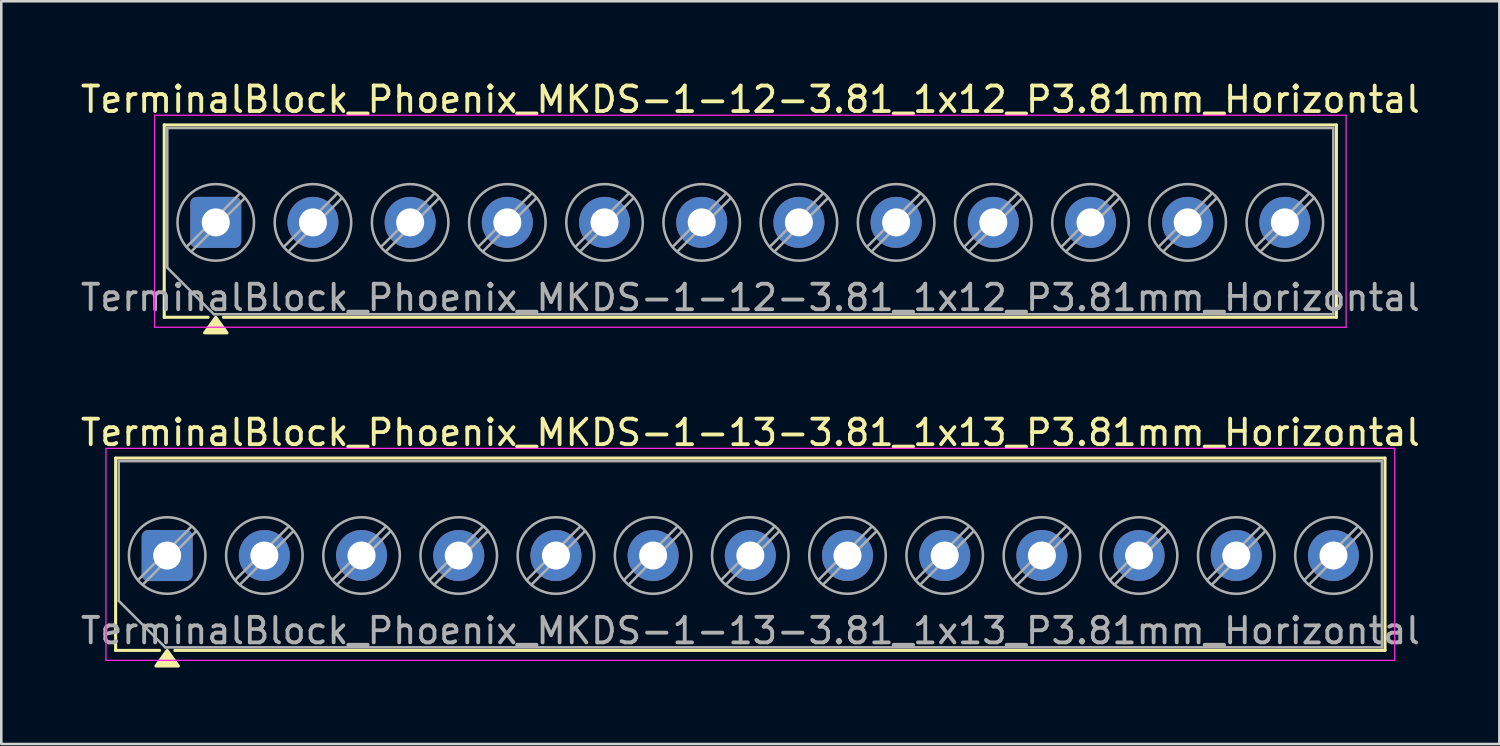
<source format=kicad_pcb>
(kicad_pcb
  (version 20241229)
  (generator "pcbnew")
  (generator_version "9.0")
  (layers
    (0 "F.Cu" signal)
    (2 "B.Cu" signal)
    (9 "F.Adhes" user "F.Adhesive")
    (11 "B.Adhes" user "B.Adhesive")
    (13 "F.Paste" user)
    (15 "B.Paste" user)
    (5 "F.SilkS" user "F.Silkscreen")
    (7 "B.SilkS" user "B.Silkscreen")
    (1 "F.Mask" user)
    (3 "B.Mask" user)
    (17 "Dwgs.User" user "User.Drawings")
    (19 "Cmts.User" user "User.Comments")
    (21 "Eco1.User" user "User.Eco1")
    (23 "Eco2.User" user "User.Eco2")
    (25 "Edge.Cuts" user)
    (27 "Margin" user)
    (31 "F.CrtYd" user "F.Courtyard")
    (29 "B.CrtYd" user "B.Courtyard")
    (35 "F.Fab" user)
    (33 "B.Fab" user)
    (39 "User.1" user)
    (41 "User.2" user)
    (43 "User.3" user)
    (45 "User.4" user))
  (footprint "TerminalBlock_Phoenix_MKDS-1-13-3.81_1x13_P3.81mm_Horizontal"
    (layer "F.Cu")
    (at 3.503 18.727)
    (property "Reference" "TerminalBlock_Phoenix_MKDS-1-13-3.81_1x13_P3.81mm_Horizontal" (at 22.86 -4.82 0) (layer "F.SilkS") (effects (font (size 1 1) (thickness 0.15))))
    (attr through_hole)
    (fp_line (start -2.02 -3.82) (end 47.74 -3.82) (stroke (width 0.12) (type solid)) (layer "F.SilkS"))
    (fp_line (start -2.02 3.72) (end -2.02 -3.82) (stroke (width 0.12) (type solid)) (layer "F.SilkS"))
    (fp_line (start -0.3 3.72) (end -2.02 3.72) (stroke (width 0.12) (type solid)) (layer "F.SilkS"))
    (fp_line (start 47.74 -3.82) (end 47.74 3.72) (stroke (width 0.12) (type solid)) (layer "F.SilkS"))
    (fp_line (start 47.74 3.72) (end 0.3 3.72) (stroke (width 0.12) (type solid)) (layer "F.SilkS"))
    (fp_poly (pts (xy 0 3.72) (xy 0.44 4.33) (xy -0.44 4.33)) (stroke (width 0.12) (type solid)) (fill yes) (layer "F.SilkS"))
    (fp_line (start -2.4 -4.2) (end -2.4 4.11) (stroke (width 0.05) (type solid)) (layer "F.CrtYd"))
    (fp_line (start -2.4 4.11) (end 48.12 4.11) (stroke (width 0.05) (type solid)) (layer "F.CrtYd"))
    (fp_line (start 48.12 -4.2) (end -2.4 -4.2) (stroke (width 0.05) (type solid)) (layer "F.CrtYd"))
    (fp_line (start 48.12 4.11) (end 48.12 -4.2) (stroke (width 0.05) (type solid)) (layer "F.CrtYd"))
    (fp_line (start -1.9 -3.7) (end 47.62 -3.7) (stroke (width 0.1) (type solid)) (layer "F.Fab"))
    (fp_line (start -1.9 1.775) (end -1.9 -3.7) (stroke (width 0.1) (type solid)) (layer "F.Fab"))
    (fp_line (start -0.075 3.6) (end -1.9 1.775) (stroke (width 0.1) (type solid)) (layer "F.Fab"))
    (fp_line (start 0.955 -1.138) (end -1.138 0.955) (stroke (width 0.1) (type solid)) (layer "F.Fab"))
    (fp_line (start 1.138 -0.955) (end -0.955 1.138) (stroke (width 0.1) (type solid)) (layer "F.Fab"))
    (fp_line (start 4.765 -1.138) (end 2.672 0.955) (stroke (width 0.1) (type solid)) (layer "F.Fab"))
    (fp_line (start 4.948 -0.955) (end 2.855 1.138) (stroke (width 0.1) (type solid)) (layer "F.Fab"))
    (fp_line (start 8.575 -1.138) (end 6.482 0.955) (stroke (width 0.1) (type solid)) (layer "F.Fab"))
    (fp_line (start 8.758 -0.955) (end 6.665 1.138) (stroke (width 0.1) (type solid)) (layer "F.Fab"))
    (fp_line (start 12.385 -1.138) (end 10.292 0.955) (stroke (width 0.1) (type solid)) (layer "F.Fab"))
    (fp_line (start 12.568 -0.955) (end 10.475 1.138) (stroke (width 0.1) (type solid)) (layer "F.Fab"))
    (fp_line (start 16.195 -1.138) (end 14.102 0.955) (stroke (width 0.1) (type solid)) (layer "F.Fab"))
    (fp_line (start 16.378 -0.955) (end 14.285 1.138) (stroke (width 0.1) (type solid)) (layer "F.Fab"))
    (fp_line (start 20.005 -1.138) (end 17.912 0.955) (stroke (width 0.1) (type solid)) (layer "F.Fab"))
    (fp_line (start 20.188 -0.955) (end 18.095 1.138) (stroke (width 0.1) (type solid)) (layer "F.Fab"))
    (fp_line (start 23.815 -1.138) (end 21.722 0.955) (stroke (width 0.1) (type solid)) (layer "F.Fab"))
    (fp_line (start 23.998 -0.955) (end 21.905 1.138) (stroke (width 0.1) (type solid)) (layer "F.Fab"))
    (fp_line (start 27.625 -1.138) (end 25.532 0.955) (stroke (width 0.1) (type solid)) (layer "F.Fab"))
    (fp_line (start 27.808 -0.955) (end 25.715 1.138) (stroke (width 0.1) (type solid)) (layer "F.Fab"))
    (fp_line (start 31.435 -1.138) (end 29.342 0.955) (stroke (width 0.1) (type solid)) (layer "F.Fab"))
    (fp_line (start 31.618 -0.955) (end 29.525 1.138) (stroke (width 0.1) (type solid)) (layer "F.Fab"))
    (fp_line (start 35.245 -1.138) (end 33.152 0.955) (stroke (width 0.1) (type solid)) (layer "F.Fab"))
    (fp_line (start 35.428 -0.955) (end 33.335 1.138) (stroke (width 0.1) (type solid)) (layer "F.Fab"))
    (fp_line (start 39.055 -1.138) (end 36.962 0.955) (stroke (width 0.1) (type solid)) (layer "F.Fab"))
    (fp_line (start 39.238 -0.955) (end 37.145 1.138) (stroke (width 0.1) (type solid)) (layer "F.Fab"))
    (fp_line (start 42.865 -1.138) (end 40.772 0.955) (stroke (width 0.1) (type solid)) (layer "F.Fab"))
    (fp_line (start 43.048 -0.955) (end 40.955 1.138) (stroke (width 0.1) (type solid)) (layer "F.Fab"))
    (fp_line (start 46.675 -1.138) (end 44.582 0.955) (stroke (width 0.1) (type solid)) (layer "F.Fab"))
    (fp_line (start 46.858 -0.955) (end 44.765 1.138) (stroke (width 0.1) (type solid)) (layer "F.Fab"))
    (fp_line (start 47.62 -3.7) (end 47.62 3.6) (stroke (width 0.1) (type solid)) (layer "F.Fab"))
    (fp_line (start 47.62 3.6) (end -0.075 3.6) (stroke (width 0.1) (type solid)) (layer "F.Fab"))
    (fp_circle (center 0 0) (end 1.5 0) (stroke (width 0.1) (type solid)) (fill no) (layer "F.Fab"))
    (fp_circle (center 3.81 0) (end 5.31 0) (stroke (width 0.1) (type solid)) (fill no) (layer "F.Fab"))
    (fp_circle (center 7.62 0) (end 9.12 0) (stroke (width 0.1) (type solid)) (fill no) (layer "F.Fab"))
    (fp_circle (center 11.43 0) (end 12.93 0) (stroke (width 0.1) (type solid)) (fill no) (layer "F.Fab"))
    (fp_circle (center 15.24 0) (end 16.74 0) (stroke (width 0.1) (type solid)) (fill no) (layer "F.Fab"))
    (fp_circle (center 19.05 0) (end 20.55 0) (stroke (width 0.1) (type solid)) (fill no) (layer "F.Fab"))
    (fp_circle (center 22.86 0) (end 24.36 0) (stroke (width 0.1) (type solid)) (fill no) (layer "F.Fab"))
    (fp_circle (center 26.67 0) (end 28.17 0) (stroke (width 0.1) (type solid)) (fill no) (layer "F.Fab"))
    (fp_circle (center 30.48 0) (end 31.98 0) (stroke (width 0.1) (type solid)) (fill no) (layer "F.Fab"))
    (fp_circle (center 34.29 0) (end 35.79 0) (stroke (width 0.1) (type solid)) (fill no) (layer "F.Fab"))
    (fp_circle (center 38.1 0) (end 39.6 0) (stroke (width 0.1) (type solid)) (fill no) (layer "F.Fab"))
    (fp_circle (center 41.91 0) (end 43.41 0) (stroke (width 0.1) (type solid)) (fill no) (layer "F.Fab"))
    (fp_circle (center 45.72 0) (end 47.22 0) (stroke (width 0.1) (type solid)) (fill no) (layer "F.Fab"))
    (fp_text user "${REFERENCE}" (at 22.86 2.95 0) (layer "F.Fab") (effects (font (size 1 1) (thickness 0.15))))
    (pad "1" thru_hole roundrect (at 0 0) (size 2 2) (drill 1.1) (layers "*.Cu" "*.Mask") (roundrect_rratio 0.125))
    (pad "2" thru_hole circle (at 3.81 0) (size 2 2) (drill 1.1) (layers "*.Cu" "*.Mask"))
    (pad "3" thru_hole circle (at 7.62 0) (size 2 2) (drill 1.1) (layers "*.Cu" "*.Mask"))
    (pad "4" thru_hole circle (at 11.43 0) (size 2 2) (drill 1.1) (layers "*.Cu" "*.Mask"))
    (pad "5" thru_hole circle (at 15.24 0) (size 2 2) (drill 1.1) (layers "*.Cu" "*.Mask"))
    (pad "6" thru_hole circle (at 19.05 0) (size 2 2) (drill 1.1) (layers "*.Cu" "*.Mask"))
    (pad "7" thru_hole circle (at 22.86 0) (size 2 2) (drill 1.1) (layers "*.Cu" "*.Mask"))
    (pad "8" thru_hole circle (at 26.67 0) (size 2 2) (drill 1.1) (layers "*.Cu" "*.Mask"))
    (pad "9" thru_hole circle (at 30.48 0) (size 2 2) (drill 1.1) (layers "*.Cu" "*.Mask"))
    (pad "10" thru_hole circle (at 34.29 0) (size 2 2) (drill 1.1) (layers "*.Cu" "*.Mask"))
    (pad "11" thru_hole circle (at 38.1 0) (size 2 2) (drill 1.1) (layers "*.Cu" "*.Mask"))
    (pad "12" thru_hole circle (at 41.91 0) (size 2 2) (drill 1.1) (layers "*.Cu" "*.Mask"))
    (pad "13" thru_hole circle (at 45.72 0) (size 2 2) (drill 1.1) (layers "*.Cu" "*.Mask")))
  (footprint "TerminalBlock_Phoenix_MKDS-1-12-3.81_1x12_P3.81mm_Horizontal"
    (layer "F.Cu")
    (at 5.408 5.668)
    (property "Reference" "TerminalBlock_Phoenix_MKDS-1-12-3.81_1x12_P3.81mm_Horizontal" (at 20.955 -4.82 0) (layer "F.SilkS") (effects (font (size 1 1) (thickness 0.15))))
    (attr through_hole)
    (fp_line (start -2.02 -3.82) (end 43.93 -3.82) (stroke (width 0.12) (type solid)) (layer "F.SilkS"))
    (fp_line (start -2.02 3.72) (end -2.02 -3.82) (stroke (width 0.12) (type solid)) (layer "F.SilkS"))
    (fp_line (start -0.3 3.72) (end -2.02 3.72) (stroke (width 0.12) (type solid)) (layer "F.SilkS"))
    (fp_line (start 43.93 -3.82) (end 43.93 3.72) (stroke (width 0.12) (type solid)) (layer "F.SilkS"))
    (fp_line (start 43.93 3.72) (end 0.3 3.72) (stroke (width 0.12) (type solid)) (layer "F.SilkS"))
    (fp_poly (pts (xy 0 3.72) (xy 0.44 4.33) (xy -0.44 4.33)) (stroke (width 0.12) (type solid)) (fill yes) (layer "F.SilkS"))
    (fp_line (start -2.4 -4.2) (end -2.4 4.11) (stroke (width 0.05) (type solid)) (layer "F.CrtYd"))
    (fp_line (start -2.4 4.11) (end 44.31 4.11) (stroke (width 0.05) (type solid)) (layer "F.CrtYd"))
    (fp_line (start 44.31 -4.2) (end -2.4 -4.2) (stroke (width 0.05) (type solid)) (layer "F.CrtYd"))
    (fp_line (start 44.31 4.11) (end 44.31 -4.2) (stroke (width 0.05) (type solid)) (layer "F.CrtYd"))
    (fp_line (start -1.9 -3.7) (end 43.81 -3.7) (stroke (width 0.1) (type solid)) (layer "F.Fab"))
    (fp_line (start -1.9 1.775) (end -1.9 -3.7) (stroke (width 0.1) (type solid)) (layer "F.Fab"))
    (fp_line (start -0.075 3.6) (end -1.9 1.775) (stroke (width 0.1) (type solid)) (layer "F.Fab"))
    (fp_line (start 0.955 -1.138) (end -1.138 0.955) (stroke (width 0.1) (type solid)) (layer "F.Fab"))
    (fp_line (start 1.138 -0.955) (end -0.955 1.138) (stroke (width 0.1) (type solid)) (layer "F.Fab"))
    (fp_line (start 4.765 -1.138) (end 2.672 0.955) (stroke (width 0.1) (type solid)) (layer "F.Fab"))
    (fp_line (start 4.948 -0.955) (end 2.855 1.138) (stroke (width 0.1) (type solid)) (layer "F.Fab"))
    (fp_line (start 8.575 -1.138) (end 6.482 0.955) (stroke (width 0.1) (type solid)) (layer "F.Fab"))
    (fp_line (start 8.758 -0.955) (end 6.665 1.138) (stroke (width 0.1) (type solid)) (layer "F.Fab"))
    (fp_line (start 12.385 -1.138) (end 10.292 0.955) (stroke (width 0.1) (type solid)) (layer "F.Fab"))
    (fp_line (start 12.568 -0.955) (end 10.475 1.138) (stroke (width 0.1) (type solid)) (layer "F.Fab"))
    (fp_line (start 16.195 -1.138) (end 14.102 0.955) (stroke (width 0.1) (type solid)) (layer "F.Fab"))
    (fp_line (start 16.378 -0.955) (end 14.285 1.138) (stroke (width 0.1) (type solid)) (layer "F.Fab"))
    (fp_line (start 20.005 -1.138) (end 17.912 0.955) (stroke (width 0.1) (type solid)) (layer "F.Fab"))
    (fp_line (start 20.188 -0.955) (end 18.095 1.138) (stroke (width 0.1) (type solid)) (layer "F.Fab"))
    (fp_line (start 23.815 -1.138) (end 21.722 0.955) (stroke (width 0.1) (type solid)) (layer "F.Fab"))
    (fp_line (start 23.998 -0.955) (end 21.905 1.138) (stroke (width 0.1) (type solid)) (layer "F.Fab"))
    (fp_line (start 27.625 -1.138) (end 25.532 0.955) (stroke (width 0.1) (type solid)) (layer "F.Fab"))
    (fp_line (start 27.808 -0.955) (end 25.715 1.138) (stroke (width 0.1) (type solid)) (layer "F.Fab"))
    (fp_line (start 31.435 -1.138) (end 29.342 0.955) (stroke (width 0.1) (type solid)) (layer "F.Fab"))
    (fp_line (start 31.618 -0.955) (end 29.525 1.138) (stroke (width 0.1) (type solid)) (layer "F.Fab"))
    (fp_line (start 35.245 -1.138) (end 33.152 0.955) (stroke (width 0.1) (type solid)) (layer "F.Fab"))
    (fp_line (start 35.428 -0.955) (end 33.335 1.138) (stroke (width 0.1) (type solid)) (layer "F.Fab"))
    (fp_line (start 39.055 -1.138) (end 36.962 0.955) (stroke (width 0.1) (type solid)) (layer "F.Fab"))
    (fp_line (start 39.238 -0.955) (end 37.145 1.138) (stroke (width 0.1) (type solid)) (layer "F.Fab"))
    (fp_line (start 42.865 -1.138) (end 40.772 0.955) (stroke (width 0.1) (type solid)) (layer "F.Fab"))
    (fp_line (start 43.048 -0.955) (end 40.955 1.138) (stroke (width 0.1) (type solid)) (layer "F.Fab"))
    (fp_line (start 43.81 -3.7) (end 43.81 3.6) (stroke (width 0.1) (type solid)) (layer "F.Fab"))
    (fp_line (start 43.81 3.6) (end -0.075 3.6) (stroke (width 0.1) (type solid)) (layer "F.Fab"))
    (fp_circle (center 0 0) (end 1.5 0) (stroke (width 0.1) (type solid)) (fill no) (layer "F.Fab"))
    (fp_circle (center 3.81 0) (end 5.31 0) (stroke (width 0.1) (type solid)) (fill no) (layer "F.Fab"))
    (fp_circle (center 7.62 0) (end 9.12 0) (stroke (width 0.1) (type solid)) (fill no) (layer "F.Fab"))
    (fp_circle (center 11.43 0) (end 12.93 0) (stroke (width 0.1) (type solid)) (fill no) (layer "F.Fab"))
    (fp_circle (center 15.24 0) (end 16.74 0) (stroke (width 0.1) (type solid)) (fill no) (layer "F.Fab"))
    (fp_circle (center 19.05 0) (end 20.55 0) (stroke (width 0.1) (type solid)) (fill no) (layer "F.Fab"))
    (fp_circle (center 22.86 0) (end 24.36 0) (stroke (width 0.1) (type solid)) (fill no) (layer "F.Fab"))
    (fp_circle (center 26.67 0) (end 28.17 0) (stroke (width 0.1) (type solid)) (fill no) (layer "F.Fab"))
    (fp_circle (center 30.48 0) (end 31.98 0) (stroke (width 0.1) (type solid)) (fill no) (layer "F.Fab"))
    (fp_circle (center 34.29 0) (end 35.79 0) (stroke (width 0.1) (type solid)) (fill no) (layer "F.Fab"))
    (fp_circle (center 38.1 0) (end 39.6 0) (stroke (width 0.1) (type solid)) (fill no) (layer "F.Fab"))
    (fp_circle (center 41.91 0) (end 43.41 0) (stroke (width 0.1) (type solid)) (fill no) (layer "F.Fab"))
    (fp_text user "${REFERENCE}" (at 20.955 2.95 0) (layer "F.Fab") (effects (font (size 1 1) (thickness 0.15))))
    (pad "1" thru_hole roundrect (at 0 0) (size 2 2) (drill 1.1) (layers "*.Cu" "*.Mask") (roundrect_rratio 0.125))
    (pad "2" thru_hole circle (at 3.81 0) (size 2 2) (drill 1.1) (layers "*.Cu" "*.Mask"))
    (pad "3" thru_hole circle (at 7.62 0) (size 2 2) (drill 1.1) (layers "*.Cu" "*.Mask"))
    (pad "4" thru_hole circle (at 11.43 0) (size 2 2) (drill 1.1) (layers "*.Cu" "*.Mask"))
    (pad "5" thru_hole circle (at 15.24 0) (size 2 2) (drill 1.1) (layers "*.Cu" "*.Mask"))
    (pad "6" thru_hole circle (at 19.05 0) (size 2 2) (drill 1.1) (layers "*.Cu" "*.Mask"))
    (pad "7" thru_hole circle (at 22.86 0) (size 2 2) (drill 1.1) (layers "*.Cu" "*.Mask"))
    (pad "8" thru_hole circle (at 26.67 0) (size 2 2) (drill 1.1) (layers "*.Cu" "*.Mask"))
    (pad "9" thru_hole circle (at 30.48 0) (size 2 2) (drill 1.1) (layers "*.Cu" "*.Mask"))
    (pad "10" thru_hole circle (at 34.29 0) (size 2 2) (drill 1.1) (layers "*.Cu" "*.Mask"))
    (pad "11" thru_hole circle (at 38.1 0) (size 2 2) (drill 1.1) (layers "*.Cu" "*.Mask"))
    (pad "12" thru_hole circle (at 41.91 0) (size 2 2) (drill 1.1) (layers "*.Cu" "*.Mask")))
  (gr_rect
    (start -3 -3)
    (end 55.726 26.116)
    (stroke (width 0.1) (type default))
    (fill no)
    (layer "Edge.Cuts")))
</source>
